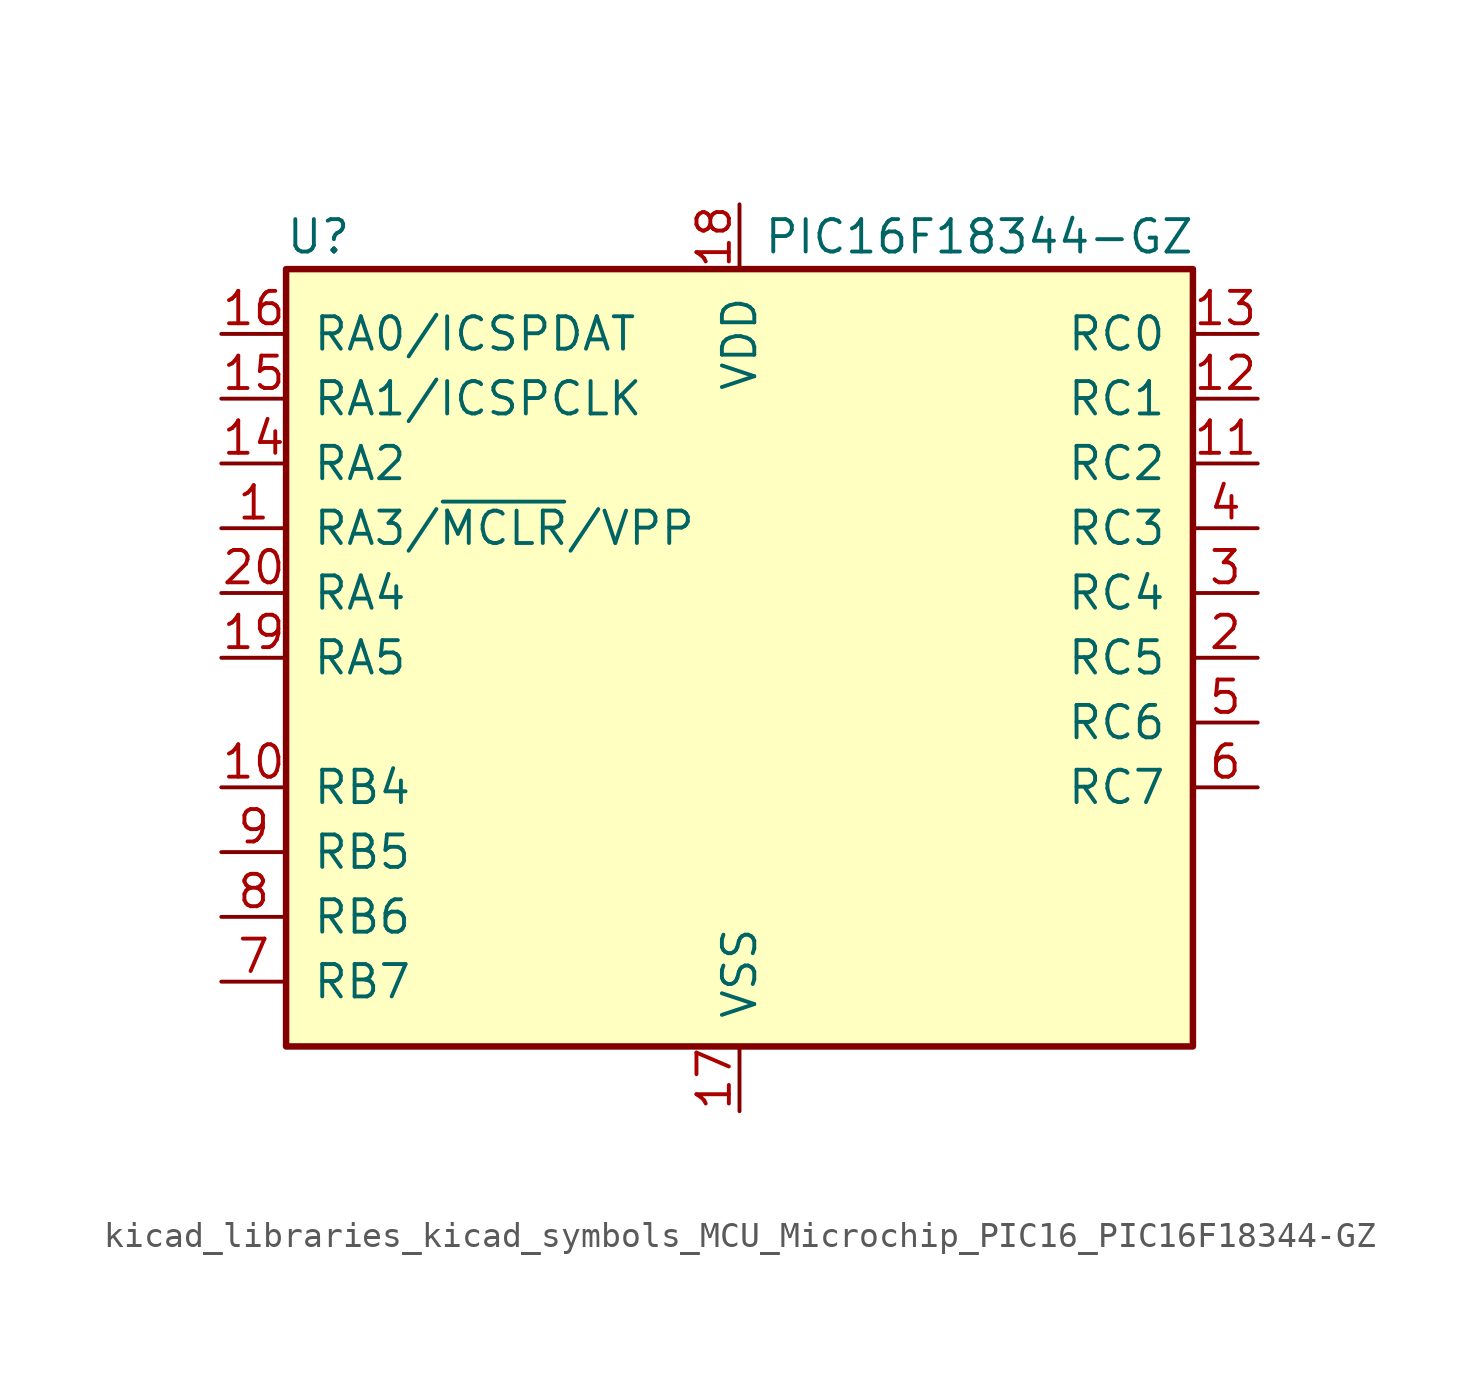
<source format=kicad_sym>
(kicad_symbol_lib
  (version 20220914)
  (generator kicad_symbol_editor)
  (symbol "kicad_libraries_kicad_symbols_MCU_Microchip_PIC16_PIC16F18344-GZ"
    (pin_names
      (offset 1.016))
    (property "Reference" "U"
      (at -16.51 16.51 0)
      (effects (font (size 1.27 1.27))))
    (property "Value" "PIC16F18344-GZ"
      (at 9.398 16.51 0)
      (effects (font (size 1.27 1.27))))
    (symbol "kicad_libraries_kicad_symbols_MCU_Microchip_PIC16_PIC16F18344-GZ_0_1"
      (rectangle (start -17.78 15.24) (end 17.78 -15.24) (stroke (width 0.254) (type default)) (fill (type background))))
    (symbol "kicad_libraries_kicad_symbols_MCU_Microchip_PIC16_PIC16F18344-GZ_1_1"
      (pin bidirectional line (at -20.32 5.08 0) (length 2.54) (name "RA3/~{MCLR}/VPP" (effects (font (size 1.27 1.27)))) (number "1" (effects (font (size 1.27 1.27)))))
      (pin bidirectional line (at -20.32 -5.08 0) (length 2.54) (name "RB4" (effects (font (size 1.27 1.27)))) (number "10" (effects (font (size 1.27 1.27)))))
      (pin bidirectional line (at 20.32 7.62 180) (length 2.54) (name "RC2" (effects (font (size 1.27 1.27)))) (number "11" (effects (font (size 1.27 1.27)))))
      (pin bidirectional line (at 20.32 10.16 180) (length 2.54) (name "RC1" (effects (font (size 1.27 1.27)))) (number "12" (effects (font (size 1.27 1.27)))))
      (pin bidirectional line (at 20.32 12.7 180) (length 2.54) (name "RC0" (effects (font (size 1.27 1.27)))) (number "13" (effects (font (size 1.27 1.27)))))
      (pin bidirectional line (at -20.32 7.62 0) (length 2.54) (name "RA2" (effects (font (size 1.27 1.27)))) (number "14" (effects (font (size 1.27 1.27)))))
      (pin bidirectional line (at -20.32 10.16 0) (length 2.54) (name "RA1/ICSPCLK" (effects (font (size 1.27 1.27)))) (number "15" (effects (font (size 1.27 1.27)))))
      (pin bidirectional line (at -20.32 12.7 0) (length 2.54) (name "RA0/ICSPDAT" (effects (font (size 1.27 1.27)))) (number "16" (effects (font (size 1.27 1.27)))))
      (pin power_in line (at 0 -17.78 90) (length 2.54) (name "VSS" (effects (font (size 1.27 1.27)))) (number "17" (effects (font (size 1.27 1.27)))))
      (pin power_in line (at 0 17.78 270) (length 2.54) (name "VDD" (effects (font (size 1.27 1.27)))) (number "18" (effects (font (size 1.27 1.27)))))
      (pin bidirectional line (at -20.32 0 0) (length 2.54) (name "RA5" (effects (font (size 1.27 1.27)))) (number "19" (effects (font (size 1.27 1.27)))))
      (pin bidirectional line (at 20.32 0 180) (length 2.54) (name "RC5" (effects (font (size 1.27 1.27)))) (number "2" (effects (font (size 1.27 1.27)))))
      (pin bidirectional line (at -20.32 2.54 0) (length 2.54) (name "RA4" (effects (font (size 1.27 1.27)))) (number "20" (effects (font (size 1.27 1.27)))))
      (pin bidirectional line (at 20.32 2.54 180) (length 2.54) (name "RC4" (effects (font (size 1.27 1.27)))) (number "3" (effects (font (size 1.27 1.27)))))
      (pin bidirectional line (at 20.32 5.08 180) (length 2.54) (name "RC3" (effects (font (size 1.27 1.27)))) (number "4" (effects (font (size 1.27 1.27)))))
      (pin bidirectional line (at 20.32 -2.54 180) (length 2.54) (name "RC6" (effects (font (size 1.27 1.27)))) (number "5" (effects (font (size 1.27 1.27)))))
      (pin bidirectional line (at 20.32 -5.08 180) (length 2.54) (name "RC7" (effects (font (size 1.27 1.27)))) (number "6" (effects (font (size 1.27 1.27)))))
      (pin bidirectional line (at -20.32 -12.7 0) (length 2.54) (name "RB7" (effects (font (size 1.27 1.27)))) (number "7" (effects (font (size 1.27 1.27)))))
      (pin bidirectional line (at -20.32 -10.16 0) (length 2.54) (name "RB6" (effects (font (size 1.27 1.27)))) (number "8" (effects (font (size 1.27 1.27)))))
      (pin bidirectional line (at -20.32 -7.62 0) (length 2.54) (name "RB5" (effects (font (size 1.27 1.27)))) (number "9" (effects (font (size 1.27 1.27))))))))
</source>
